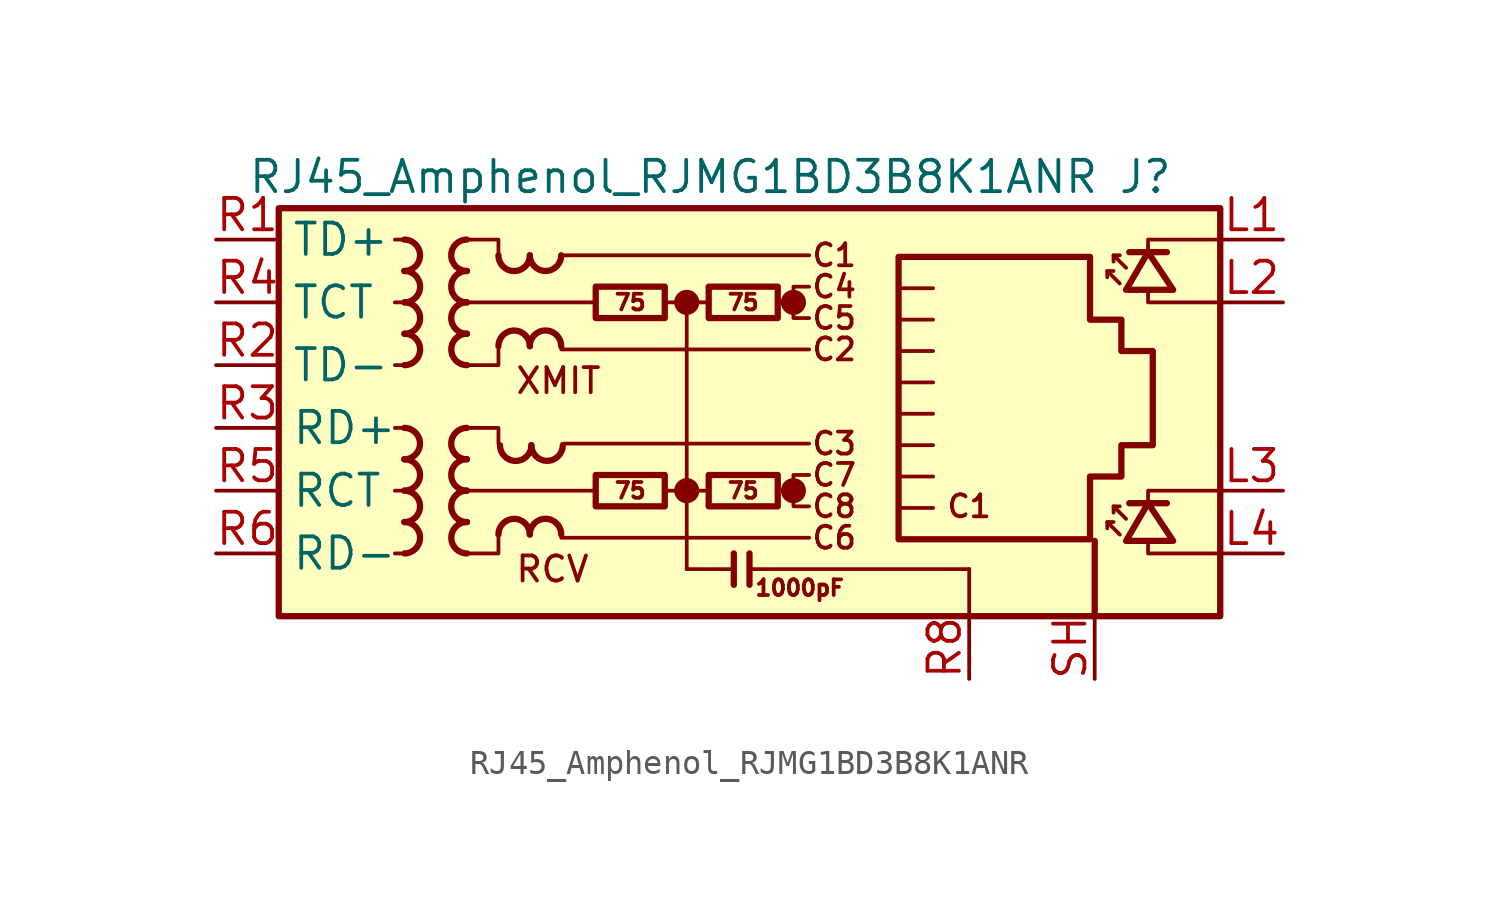
<source format=kicad_sym>
(kicad_symbol_lib
  (version 20220914)
  (generator kicad_symbol_editor)
  (symbol "RJ45_Amphenol_RJMG1BD3B8K1ANR"
    (property "Reference" "J"
      (at 18.415 10.16 0)
      (effects (font (size 1.27 1.27)) (justify right)))
    (property "Value" "RJ45_Amphenol_RJMG1BD3B8K1ANR"
      (at -19.05 10.16 0)
      (effects (font (size 1.27 1.27)) (justify left)))
    (symbol "RJ45_Amphenol_RJMG1BD3B8K1ANR_0_0"
      (circle (center -1.27 -2.54) (radius 0.0001) (stroke (width 0.508) (type default)) (fill (type none)))
      (circle (center -1.27 5.08) (radius 0.0001) (stroke (width 0.508) (type default)) (fill (type none)))
      (polyline (pts (xy -1.27 5.08) (xy -1.27 -5.715)) (stroke (width 0) (type default)) (fill (type none)))
      (polyline (pts (xy 0.635 -5.08) (xy 0.635 -6.35)) (stroke (width 0.254) (type default)) (fill (type none)))
      (polyline (pts (xy 1.27 -5.08) (xy 1.27 -6.35)) (stroke (width 0.254) (type default)) (fill (type none)))
      (polyline (pts (xy 3.048 -2.54) (xy 2.54 -2.54)) (stroke (width 0) (type default)) (fill (type none)))
      (polyline (pts (xy 3.048 5.08) (xy 2.54 5.08)) (stroke (width 0) (type default)) (fill (type none)))
      (polyline (pts (xy 17.399 -3.175) (xy 17.399 -2.54) (xy 20.32 -2.54)) (stroke (width 0) (type default)) (fill (type none)))
      (polyline (pts (xy 17.399 6.985) (xy 17.399 7.62) (xy 20.32 7.62)) (stroke (width 0) (type default)) (fill (type none)))
      (polyline (pts (xy 20.32 -5.08) (xy 17.399 -5.08) (xy 17.399 -4.572)) (stroke (width 0) (type default)) (fill (type none)))
      (polyline (pts (xy 20.32 5.08) (xy 17.399 5.08) (xy 17.399 5.588)) (stroke (width 0) (type default)) (fill (type none)))
      (polyline (pts (xy 3.683 -1.905) (xy 3.048 -1.905) (xy 3.048 -3.175) (xy 3.683 -3.175)) (stroke (width 0) (type default)) (fill (type none)))
      (polyline (pts (xy 3.683 5.715) (xy 3.048 5.715) (xy 3.048 4.445) (xy 3.683 4.445)) (stroke (width 0) (type default)) (fill (type none)))
      (circle (center 3.048 -2.54) (radius 0.0001) (stroke (width 0.508) (type default)) (fill (type none)))
      (circle (center 3.048 5.08) (radius 0.0001) (stroke (width 0.508) (type default)) (fill (type none)))
      (text "C1" (at 4.699 6.985 0) (effects (font (size 0.889 0.889))))
      (text "C1" (at 10.16 -3.175 0) (effects (font (size 0.889 0.889))))
      (text "C2" (at 4.699 3.175 0) (effects (font (size 0.889 0.889))))
      (text "C3" (at 4.699 -0.635 0) (effects (font (size 0.889 0.889))))
      (text "C4" (at 4.699 5.715 0) (effects (font (size 0.889 0.889))))
      (text "C5" (at 4.699 4.445 0) (effects (font (size 0.889 0.889))))
      (text "C6" (at 4.699 -4.445 0) (effects (font (size 0.889 0.889))))
      (text "C7" (at 4.699 -1.905 0) (effects (font (size 0.889 0.889))))
      (text "C8" (at 4.699 -3.175 0) (effects (font (size 0.889 0.889))))
      (text "RCV" (at -8.255 -5.715 0) (effects (font (size 1.016 1.016)) (justify left)))
      (text "XMIT" (at -8.255 1.905 0) (effects (font (size 1.016 1.016)) (justify left))))
    (symbol "RJ45_Amphenol_RJMG1BD3B8K1ANR_0_1"
      (rectangle (start -17.78 8.89) (end 20.32 -7.62) (stroke (width 0.254) (type default)) (fill (type background)))
      (polyline (pts (xy -12.7 -5.08) (xy -13.081 -5.08)) (stroke (width 0) (type default)) (fill (type none)))
      (polyline (pts (xy -12.7 -2.54) (xy -13.081 -2.54)) (stroke (width 0) (type default)) (fill (type none)))
      (polyline (pts (xy -12.7 0) (xy -13.081 0)) (stroke (width 0) (type default)) (fill (type none)))
      (polyline (pts (xy -12.7 2.54) (xy -13.081 2.54)) (stroke (width 0) (type default)) (fill (type none)))
      (polyline (pts (xy -12.7 5.08) (xy -13.081 5.08)) (stroke (width 0) (type default)) (fill (type none)))
      (polyline (pts (xy -12.7 7.62) (xy -13.081 7.62)) (stroke (width 0) (type default)) (fill (type none)))
      (polyline (pts (xy -6.35 -4.445) (xy 3.683 -4.445)) (stroke (width 0) (type default)) (fill (type none)))
      (polyline (pts (xy -6.35 3.175) (xy 3.683 3.175)) (stroke (width 0) (type default)) (fill (type none)))
      (polyline (pts (xy -6.35 6.985) (xy 3.683 6.985)) (stroke (width 0) (type default)) (fill (type none)))
      (polyline (pts (xy -6.223 -0.635) (xy 3.683 -0.635)) (stroke (width 0) (type default)) (fill (type none)))
      (polyline (pts (xy -5.08 -2.54) (xy -10.16 -2.54)) (stroke (width 0) (type default)) (fill (type none)))
      (polyline (pts (xy -4.953 5.08) (xy -10.16 5.08)) (stroke (width 0) (type default)) (fill (type none)))
      (polyline (pts (xy -2.159 -2.54) (xy -0.381 -2.54)) (stroke (width 0) (type default)) (fill (type none)))
      (polyline (pts (xy -2.159 5.08) (xy -0.381 5.08)) (stroke (width 0) (type default)) (fill (type none)))
      (polyline (pts (xy 0.635 -5.715) (xy -1.27 -5.715)) (stroke (width 0) (type default)) (fill (type none)))
      (polyline (pts (xy 7.429 -1.968) (xy 8.7 -1.968)) (stroke (width 0) (type default)) (fill (type none)))
      (polyline (pts (xy 7.429 -0.699) (xy 8.7 -0.699)) (stroke (width 0) (type default)) (fill (type none)))
      (polyline (pts (xy 7.429 0.572) (xy 8.7 0.572)) (stroke (width 0) (type default)) (fill (type none)))
      (polyline (pts (xy 7.429 1.841) (xy 8.7 1.841)) (stroke (width 0) (type default)) (fill (type none)))
      (polyline (pts (xy 7.429 3.111) (xy 8.7 3.111)) (stroke (width 0) (type default)) (fill (type none)))
      (polyline (pts (xy 8.7 -3.239) (xy 7.429 -3.239)) (stroke (width 0) (type default)) (fill (type none)))
      (polyline (pts (xy 8.7 4.381) (xy 7.429 4.381)) (stroke (width 0) (type default)) (fill (type none)))
      (polyline (pts (xy 8.7 5.652) (xy 7.429 5.652)) (stroke (width 0) (type default)) (fill (type none)))
      (polyline (pts (xy 10.16 -5.715) (xy 1.27 -5.715)) (stroke (width 0) (type default)) (fill (type none)))
      (polyline (pts (xy 10.16 -5.715) (xy 10.16 -7.62)) (stroke (width 0) (type default)) (fill (type none)))
      (polyline (pts (xy -10.16 0) (xy -8.89 0) (xy -8.89 -0.635)) (stroke (width 0) (type default)) (fill (type none)))
      (polyline (pts (xy -10.16 7.62) (xy -8.89 7.62) (xy -8.89 6.985)) (stroke (width 0) (type default)) (fill (type none)))
      (polyline (pts (xy -8.89 -4.445) (xy -8.89 -5.08) (xy -10.16 -5.08)) (stroke (width 0) (type default)) (fill (type none)))
      (polyline (pts (xy -8.89 3.175) (xy -8.89 2.54) (xy -10.16 2.54)) (stroke (width 0) (type default)) (fill (type none))))
    (symbol "RJ45_Amphenol_RJMG1BD3B8K1ANR_1_0"
      (text "1000pF" (at 3.302 -6.477 0) (effects (font (size 0.635 0.635)))))
    (symbol "RJ45_Amphenol_RJMG1BD3B8K1ANR_1_1"
      (arc (start -12.7 -1.27) (mid -12.0677 -0.635) (end -12.7 0) (stroke (width 0.254) (type default)) (fill (type none)))
      (arc (start -12.6973 -5.08) (mid -12.065 -4.445) (end -12.6973 -3.81) (stroke (width 0.254) (type default)) (fill (type none)))
      (arc (start -12.6973 -3.81) (mid -12.065 -3.175) (end -12.6973 -2.54) (stroke (width 0.254) (type default)) (fill (type none)))
      (arc (start -12.6973 -2.54) (mid -12.065 -1.905) (end -12.6973 -1.27) (stroke (width 0.254) (type default)) (fill (type none)))
      (arc (start -12.6973 6.35) (mid -12.065 6.985) (end -12.6973 7.62) (stroke (width 0.254) (type default)) (fill (type none)))
      (arc (start -12.6946 2.54) (mid -12.0623 3.175) (end -12.6946 3.81) (stroke (width 0.254) (type default)) (fill (type none)))
      (arc (start -12.6946 3.81) (mid -12.0623 4.445) (end -12.6946 5.08) (stroke (width 0.254) (type default)) (fill (type none)))
      (arc (start -12.6946 5.08) (mid -12.0623 5.715) (end -12.6946 6.35) (stroke (width 0.254) (type default)) (fill (type none)))
      (arc (start -10.1654 -2.54) (mid -10.7977 -3.175) (end -10.1654 -3.81) (stroke (width 0.254) (type default)) (fill (type none)))
      (arc (start -10.1654 -1.27) (mid -10.7977 -1.905) (end -10.1654 -2.54) (stroke (width 0.254) (type default)) (fill (type none)))
      (arc (start -10.1654 0) (mid -10.7977 -0.635) (end -10.1654 -1.27) (stroke (width 0.254) (type default)) (fill (type none)))
      (arc (start -10.1654 5.08) (mid -10.7977 4.445) (end -10.1654 3.81) (stroke (width 0.254) (type default)) (fill (type none)))
      (arc (start -10.1654 6.35) (mid -10.7977 5.715) (end -10.1654 5.08) (stroke (width 0.254) (type default)) (fill (type none)))
      (arc (start -10.1654 7.62) (mid -10.7977 6.985) (end -10.1654 6.35) (stroke (width 0.254) (type default)) (fill (type none)))
      (arc (start -10.1627 -3.81) (mid -10.795 -4.445) (end -10.1627 -5.08) (stroke (width 0.254) (type default)) (fill (type none)))
      (arc (start -10.1627 3.81) (mid -10.795 3.175) (end -10.1627 2.54) (stroke (width 0.254) (type default)) (fill (type none)))
      (arc (start -8.89 6.9823) (mid -8.255 6.35) (end -7.62 6.9823) (stroke (width 0.254) (type default)) (fill (type none)))
      (arc (start -8.8265 -0.7012) (mid -8.1915 -1.3335) (end -7.5565 -0.7012) (stroke (width 0.254) (type default)) (fill (type none)))
      (arc (start -7.62 -4.3153) (mid -8.255 -3.683) (end -8.89 -4.3153) (stroke (width 0.254) (type default)) (fill (type none)))
      (arc (start -7.62 3.3047) (mid -8.255 3.937) (end -8.89 3.3047) (stroke (width 0.254) (type default)) (fill (type none)))
      (arc (start -7.62 6.985) (mid -6.985 6.3527) (end -6.35 6.985) (stroke (width 0.254) (type default)) (fill (type none)))
      (arc (start -7.5565 -0.6985) (mid -6.9215 -1.3308) (end -6.2865 -0.6985) (stroke (width 0.254) (type default)) (fill (type none)))
      (arc (start -6.35 -4.3126) (mid -6.985 -3.6803) (end -7.62 -4.3126) (stroke (width 0.254) (type default)) (fill (type none)))
      (arc (start -6.35 3.3074) (mid -6.985 3.9397) (end -7.62 3.3074) (stroke (width 0.254) (type default)) (fill (type none)))
      (rectangle (start -4.953 -1.905) (end -2.159 -3.175) (stroke (width 0.254) (type default)) (fill (type none)))
      (rectangle (start -4.953 5.715) (end -2.159 4.445) (stroke (width 0.254) (type default)) (fill (type none)))
      (rectangle (start -0.381 -1.905) (end 2.413 -3.175) (stroke (width 0.254) (type default)) (fill (type none)))
      (rectangle (start -0.381 5.715) (end 2.413 4.445) (stroke (width 0.254) (type default)) (fill (type none)))
      (polyline (pts (xy 15.24 -7.62) (xy 15.24 -4.572)) (stroke (width 0.254) (type default)) (fill (type none)))
      (polyline (pts (xy 15.748 -3.81) (xy 15.748 -4.064)) (stroke (width 0) (type default)) (fill (type none)))
      (polyline (pts (xy 15.748 6.35) (xy 15.748 6.096)) (stroke (width 0) (type default)) (fill (type none)))
      (polyline (pts (xy 16.002 -3.175) (xy 16.002 -3.429)) (stroke (width 0) (type default)) (fill (type none)))
      (polyline (pts (xy 16.002 6.985) (xy 16.002 6.731)) (stroke (width 0) (type default)) (fill (type none)))
      (polyline (pts (xy 16.637 -3.048) (xy 18.161 -3.048)) (stroke (width 0.254) (type default)) (fill (type none)))
      (polyline (pts (xy 16.637 7.112) (xy 18.161 7.112)) (stroke (width 0.254) (type default)) (fill (type none)))
      (polyline (pts (xy 16.256 -4.318) (xy 15.748 -3.81) (xy 16.002 -3.81)) (stroke (width 0) (type default)) (fill (type none)))
      (polyline (pts (xy 16.256 5.842) (xy 15.748 6.35) (xy 16.002 6.35)) (stroke (width 0) (type default)) (fill (type none)))
      (polyline (pts (xy 16.51 -3.683) (xy 16.002 -3.175) (xy 16.256 -3.175)) (stroke (width 0) (type default)) (fill (type none)))
      (polyline (pts (xy 16.51 6.477) (xy 16.002 6.985) (xy 16.256 6.985)) (stroke (width 0) (type default)) (fill (type none)))
      (polyline (pts (xy 16.51 -4.572) (xy 18.415 -4.572) (xy 17.399 -3.048) (xy 16.51 -4.572)) (stroke (width 0.254) (type default)) (fill (type none)))
      (polyline (pts (xy 16.51 5.588) (xy 18.415 5.588) (xy 17.399 7.112) (xy 16.51 5.588)) (stroke (width 0.254) (type default)) (fill (type none)))
      (polyline (pts (xy 7.303 -4.508) (xy 7.303 6.921) (xy 15.05 6.921) (xy 15.05 4.381) (xy 16.32 4.381) (xy 16.32 3.111) (xy 17.59 3.111) (xy 17.59 -0.699) (xy 16.32 -0.699) (xy 16.32 -1.968) (xy 15.05 -1.968) (xy 15.05 -4.508) (xy 7.303 -4.508)) (stroke (width 0.254) (type default)) (fill (type none)))
      (text "75" (at -3.556 -2.54 0) (effects (font (size 0.635 0.635))))
      (text "75" (at -3.556 5.08 0) (effects (font (size 0.635 0.635))))
      (text "75" (at 1.016 -2.54 0) (effects (font (size 0.635 0.635))))
      (text "75" (at 1.016 5.08 0) (effects (font (size 0.635 0.635))))
      (pin passive line (at 22.86 7.62 180) (length 2.54) (name "" (effects (font (size 1.27 1.27)))) (number "L1" (effects (font (size 1.27 1.27)))))
      (pin passive line (at 22.86 5.08 180) (length 2.54) (name "" (effects (font (size 1.27 1.27)))) (number "L2" (effects (font (size 1.27 1.27)))))
      (pin passive line (at 22.86 -2.54 180) (length 2.54) (name "" (effects (font (size 1.27 1.27)))) (number "L3" (effects (font (size 1.27 1.27)))))
      (pin passive line (at 22.86 -5.08 180) (length 2.54) (name "" (effects (font (size 1.27 1.27)))) (number "L4" (effects (font (size 1.27 1.27)))))
      (pin passive line (at -20.32 7.62 0) (length 2.54) (name "TD+" (effects (font (size 1.27 1.27)))) (number "R1" (effects (font (size 1.27 1.27)))))
      (pin passive line (at -20.32 2.54 0) (length 2.54) (name "TD-" (effects (font (size 1.27 1.27)))) (number "R2" (effects (font (size 1.27 1.27)))))
      (pin passive line (at -20.32 0 0) (length 2.54) (name "RD+" (effects (font (size 1.27 1.27)))) (number "R3" (effects (font (size 1.27 1.27)))))
      (pin passive line (at -20.32 5.08 0) (length 2.54) (name "TCT" (effects (font (size 1.27 1.27)))) (number "R4" (effects (font (size 1.27 1.27)))))
      (pin passive line (at -20.32 -2.54 0) (length 2.54) (name "RCT" (effects (font (size 1.27 1.27)))) (number "R5" (effects (font (size 1.27 1.27)))))
      (pin passive line (at -20.32 -5.08 0) (length 2.54) (name "RD-" (effects (font (size 1.27 1.27)))) (number "R6" (effects (font (size 1.27 1.27)))))
      (pin no_connect line (at 20.32 0 0) (length 0) hide (name "NC" (effects (font (size 1.27 1.27)))) (number "R7" (effects (font (size 1.27 1.27)))))
      (pin power_in line (at 10.16 -10.16 90) (length 2.54) (name "" (effects (font (size 1.27 1.27)))) (number "R8" (effects (font (size 1.27 1.27)))))
      (pin passive line (at 15.24 -10.16 90) (length 2.54) (name "" (effects (font (size 1.27 1.27)))) (number "SH" (effects (font (size 1.27 1.27))))))))
</source>
